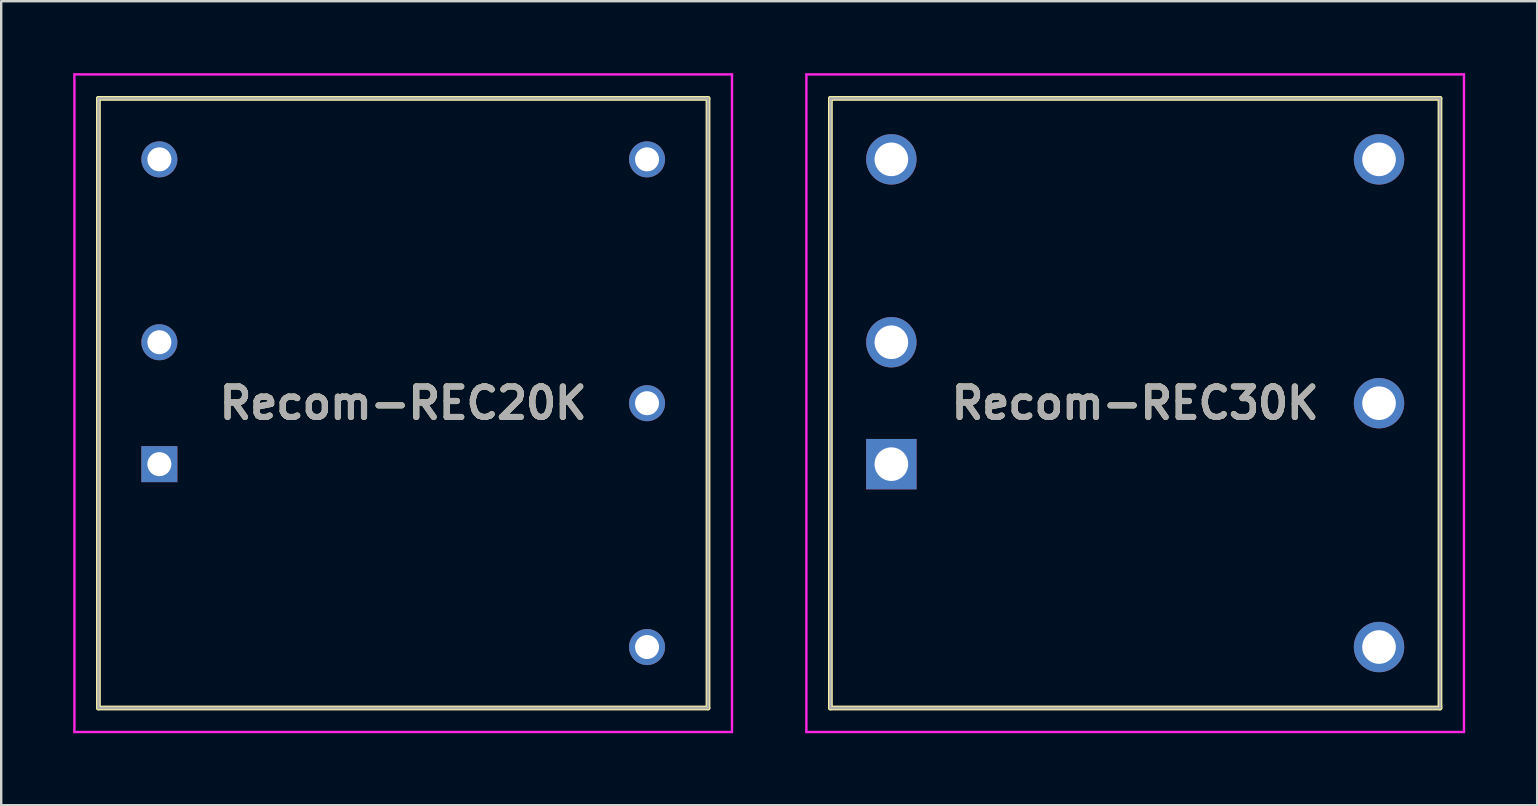
<source format=kicad_pcb>
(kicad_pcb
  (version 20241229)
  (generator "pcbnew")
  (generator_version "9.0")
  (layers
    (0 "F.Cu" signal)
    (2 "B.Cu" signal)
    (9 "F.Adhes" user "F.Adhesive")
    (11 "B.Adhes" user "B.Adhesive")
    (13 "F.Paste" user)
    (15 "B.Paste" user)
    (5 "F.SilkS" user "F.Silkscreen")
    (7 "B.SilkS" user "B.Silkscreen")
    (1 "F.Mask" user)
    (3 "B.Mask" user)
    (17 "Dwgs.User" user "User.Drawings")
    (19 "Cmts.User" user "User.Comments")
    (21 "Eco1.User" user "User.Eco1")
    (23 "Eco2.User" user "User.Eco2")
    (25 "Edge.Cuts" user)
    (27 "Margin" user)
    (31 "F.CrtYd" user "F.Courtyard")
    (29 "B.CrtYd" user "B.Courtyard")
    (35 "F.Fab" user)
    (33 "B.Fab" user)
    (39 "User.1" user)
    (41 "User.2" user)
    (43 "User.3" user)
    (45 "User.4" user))
  (footprint "Recom-REC20K"
    (layer "F.Cu")
    (at 3.59 16.29)
    (property "Reference" "Recom-REC20K" (at 10.16 -2.54 0) (layer "F.SilkS") (effects (font (size 1.27 1.27) (thickness 0.254))))
    (attr through_hole)
    (fp_line (start -2.54 -15.24) (end 22.86 -15.24) (stroke (width 0.2) (type solid)) (layer "F.SilkS"))
    (fp_line (start -2.54 10.16) (end -2.54 -15.24) (stroke (width 0.2) (type solid)) (layer "F.SilkS"))
    (fp_line (start 22.86 -15.24) (end 22.86 10.16) (stroke (width 0.2) (type solid)) (layer "F.SilkS"))
    (fp_line (start 22.86 10.16) (end -2.54 10.16) (stroke (width 0.2) (type solid)) (layer "F.SilkS"))
    (fp_line (start -3.54 -16.24) (end 23.86 -16.24) (stroke (width 0.1) (type solid)) (layer "F.CrtYd"))
    (fp_line (start -3.54 11.16) (end -3.54 -16.24) (stroke (width 0.1) (type solid)) (layer "F.CrtYd"))
    (fp_line (start 23.86 -16.24) (end 23.86 11.16) (stroke (width 0.1) (type solid)) (layer "F.CrtYd"))
    (fp_line (start 23.86 11.16) (end -3.54 11.16) (stroke (width 0.1) (type solid)) (layer "F.CrtYd"))
    (fp_line (start -2.54 -15.24) (end 22.86 -15.24) (stroke (width 0.1) (type solid)) (layer "F.Fab"))
    (fp_line (start -2.54 10.16) (end -2.54 -15.24) (stroke (width 0.1) (type solid)) (layer "F.Fab"))
    (fp_line (start 22.86 -15.24) (end 22.86 10.16) (stroke (width 0.1) (type solid)) (layer "F.Fab"))
    (fp_line (start 22.86 10.16) (end -2.54 10.16) (stroke (width 0.1) (type solid)) (layer "F.Fab"))
    (fp_text user "${REFERENCE}" (at 10.16 -2.54 0) (layer "F.Fab") (effects (font (size 1.27 1.27) (thickness 0.254))))
    (pad "1" thru_hole rect (at 0 0) (size 1.5 1.5) (drill 1) (layers "*.Cu" "*.Mask"))
    (pad "2" thru_hole circle (at 0 -5.08) (size 1.5 1.5) (drill 1) (layers "*.Cu" "*.Mask"))
    (pad "3" thru_hole circle (at 0 -12.7) (size 1.5 1.5) (drill 1) (layers "*.Cu" "*.Mask"))
    (pad "4" thru_hole circle (at 20.32 -12.7) (size 1.5 1.5) (drill 1) (layers "*.Cu" "*.Mask"))
    (pad "5" thru_hole circle (at 20.32 -2.54) (size 1.5 1.5) (drill 1) (layers "*.Cu" "*.Mask"))
    (pad "6" thru_hole circle (at 20.32 7.62) (size 1.5 1.5) (drill 1) (layers "*.Cu" "*.Mask")))
  (footprint "Recom-REC30K"
    (layer "F.Cu")
    (at 34.09 16.29)
    (property "Reference" "Recom-REC30K" (at 10.16 -2.54 0) (layer "F.SilkS") (effects (font (size 1.27 1.27) (thickness 0.254))))
    (attr through_hole)
    (fp_line (start -2.54 -15.24) (end 22.86 -15.24) (stroke (width 0.2) (type solid)) (layer "F.SilkS"))
    (fp_line (start -2.54 10.16) (end -2.54 -15.24) (stroke (width 0.2) (type solid)) (layer "F.SilkS"))
    (fp_line (start 22.86 -15.24) (end 22.86 10.16) (stroke (width 0.2) (type solid)) (layer "F.SilkS"))
    (fp_line (start 22.86 10.16) (end -2.54 10.16) (stroke (width 0.2) (type solid)) (layer "F.SilkS"))
    (fp_line (start -3.54 -16.24) (end 23.86 -16.24) (stroke (width 0.1) (type solid)) (layer "F.CrtYd"))
    (fp_line (start -3.54 11.16) (end -3.54 -16.24) (stroke (width 0.1) (type solid)) (layer "F.CrtYd"))
    (fp_line (start 23.86 -16.24) (end 23.86 11.16) (stroke (width 0.1) (type solid)) (layer "F.CrtYd"))
    (fp_line (start 23.86 11.16) (end -3.54 11.16) (stroke (width 0.1) (type solid)) (layer "F.CrtYd"))
    (fp_line (start -2.54 -15.24) (end 22.86 -15.24) (stroke (width 0.1) (type solid)) (layer "F.Fab"))
    (fp_line (start -2.54 10.16) (end -2.54 -15.24) (stroke (width 0.1) (type solid)) (layer "F.Fab"))
    (fp_line (start 22.86 -15.24) (end 22.86 10.16) (stroke (width 0.1) (type solid)) (layer "F.Fab"))
    (fp_line (start 22.86 10.16) (end -2.54 10.16) (stroke (width 0.1) (type solid)) (layer "F.Fab"))
    (fp_text user "${REFERENCE}" (at 10.16 -2.54 0) (layer "F.Fab") (effects (font (size 1.27 1.27) (thickness 0.254))))
    (pad "1" thru_hole rect (at 0 0) (size 2.1 2.1) (drill 1.4) (layers "*.Cu" "*.Mask"))
    (pad "2" thru_hole circle (at 0 -5.08) (size 2.1 2.1) (drill 1.4) (layers "*.Cu" "*.Mask"))
    (pad "3" thru_hole circle (at 0 -12.7) (size 2.1 2.1) (drill 1.4) (layers "*.Cu" "*.Mask"))
    (pad "4" thru_hole circle (at 20.32 -12.7) (size 2.1 2.1) (drill 1.4) (layers "*.Cu" "*.Mask"))
    (pad "5" thru_hole circle (at 20.32 -2.54) (size 2.1 2.1) (drill 1.4) (layers "*.Cu" "*.Mask"))
    (pad "6" thru_hole circle (at 20.32 7.62) (size 2.1 2.1) (drill 1.4) (layers "*.Cu" "*.Mask")))
  (gr_rect
    (start -3 -3)
    (end 61 30.5)
    (stroke (width 0.1) (type default))
    (fill no)
    (layer "Edge.Cuts")))
</source>
